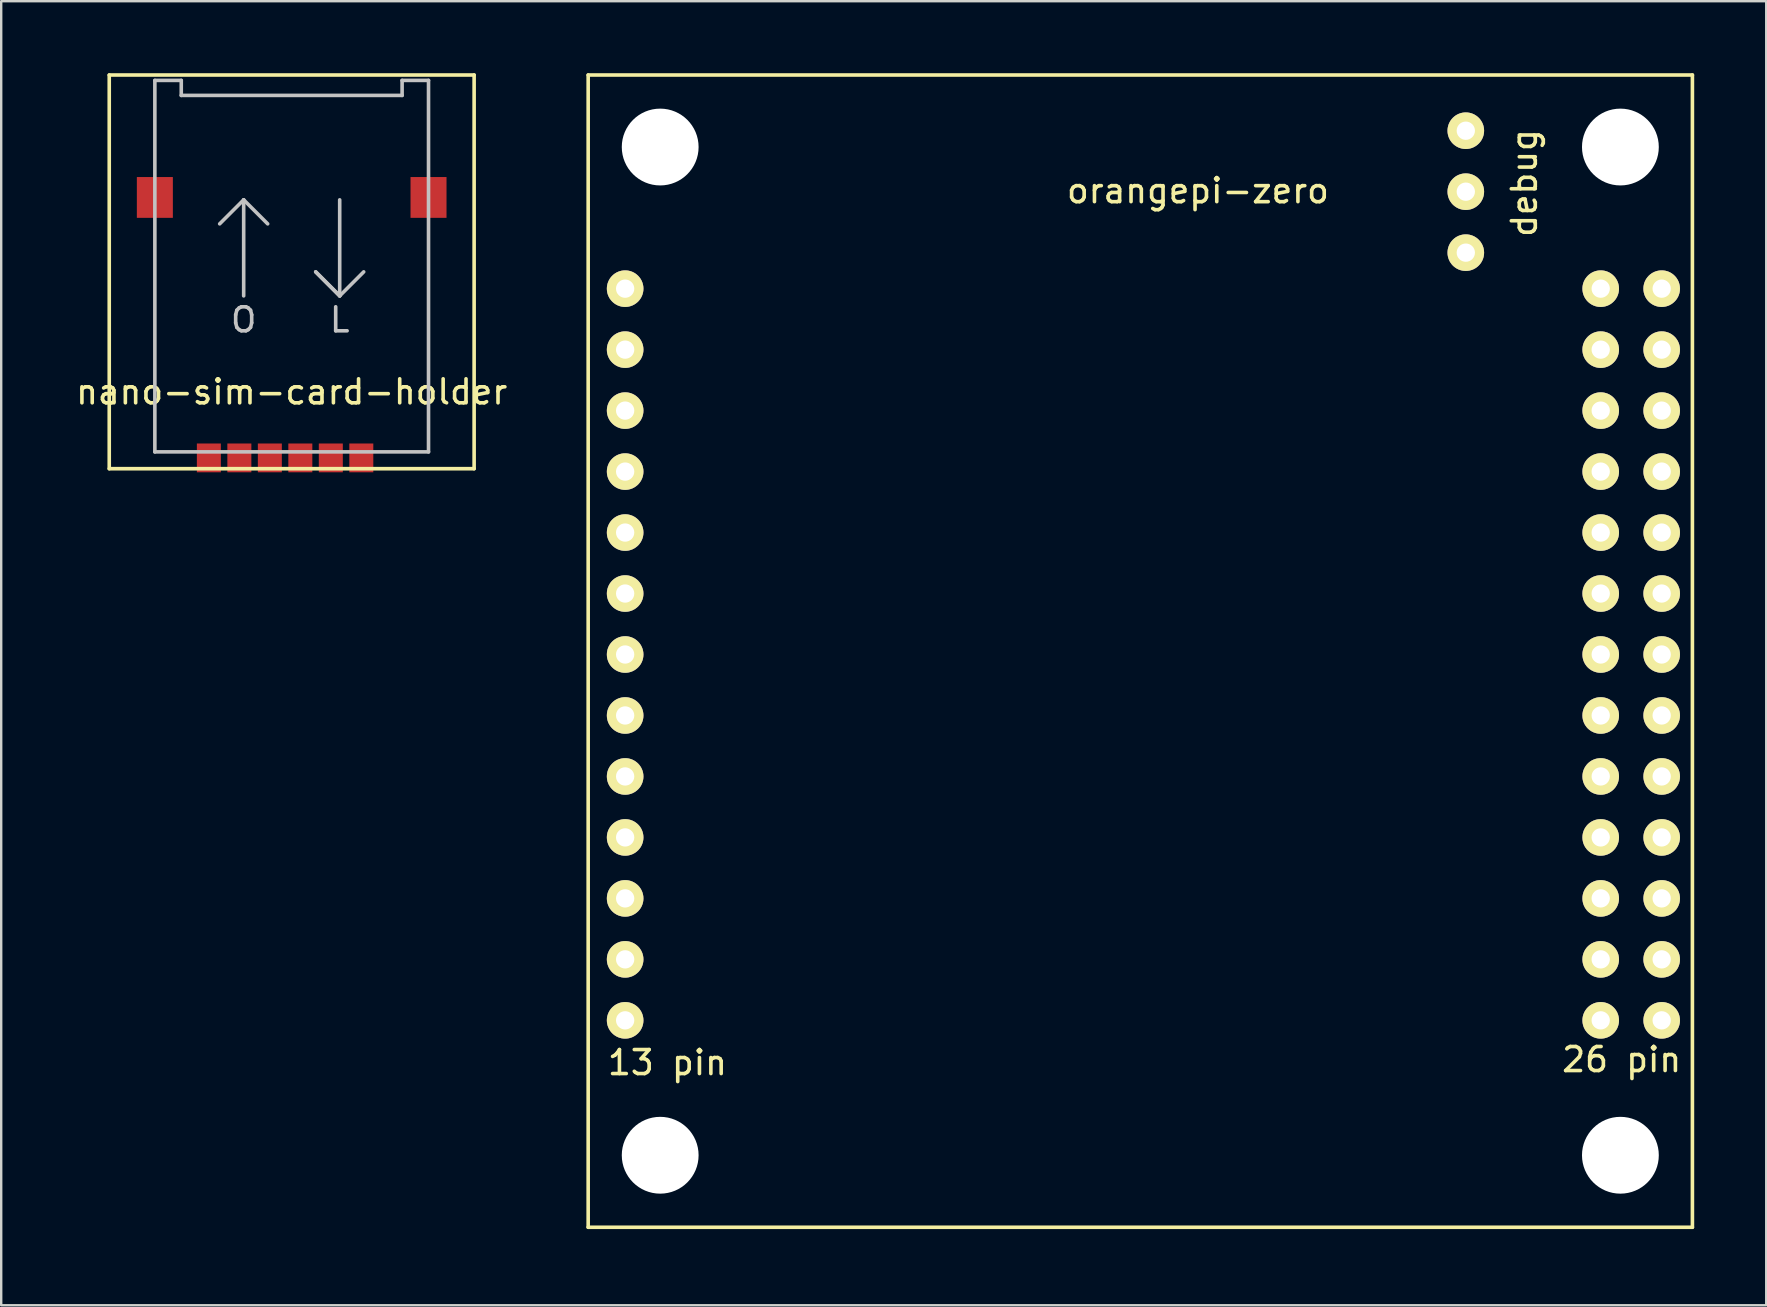
<source format=kicad_pcb>
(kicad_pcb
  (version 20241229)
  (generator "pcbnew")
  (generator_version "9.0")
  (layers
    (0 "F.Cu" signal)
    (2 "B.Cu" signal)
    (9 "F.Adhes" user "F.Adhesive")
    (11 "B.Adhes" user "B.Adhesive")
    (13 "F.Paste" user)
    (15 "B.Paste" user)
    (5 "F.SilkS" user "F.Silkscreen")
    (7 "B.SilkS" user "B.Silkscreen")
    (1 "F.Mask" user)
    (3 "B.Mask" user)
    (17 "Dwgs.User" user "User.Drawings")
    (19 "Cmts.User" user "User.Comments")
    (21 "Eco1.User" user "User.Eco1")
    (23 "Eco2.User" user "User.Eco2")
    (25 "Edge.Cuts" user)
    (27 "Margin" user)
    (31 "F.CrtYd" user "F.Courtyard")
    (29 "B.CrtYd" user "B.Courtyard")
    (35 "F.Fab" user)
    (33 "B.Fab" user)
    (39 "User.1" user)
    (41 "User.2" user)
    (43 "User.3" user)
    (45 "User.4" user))
  (footprint "orangepi-zero"
    (layer "F.Cu")
    (at 21.452 48.075)
    (property "Reference" "orangepi-zero" (at 25.4 -43.18 0) (layer "F.SilkS") (effects (font (size 1 1) (thickness 0.15))))
    (attr through_hole)
    (fp_circle (center 3 -45) (end 4.578 -45) (stroke (width 2) (type solid)) (fill no) (layer "F.Mask"))
    (fp_circle (center 3 -3) (end 4.578 -3) (stroke (width 2) (type solid)) (fill no) (layer "F.Mask"))
    (fp_circle (center 43 -45) (end 44.578 -45) (stroke (width 2) (type solid)) (fill no) (layer "F.Mask"))
    (fp_circle (center 43 -3) (end 44.578 -3) (stroke (width 2) (type solid)) (fill no) (layer "F.Mask"))
    (fp_circle (center 3 -45) (end 4.578 -45) (stroke (width 2) (type solid)) (fill no) (layer "B.Mask"))
    (fp_circle (center 3 -3) (end 4.578 -3) (stroke (width 2) (type solid)) (fill no) (layer "B.Mask"))
    (fp_circle (center 43 -45) (end 44.578 -45) (stroke (width 2) (type solid)) (fill no) (layer "B.Mask"))
    (fp_circle (center 43 -3) (end 44.577 -3) (stroke (width 2) (type solid)) (fill no) (layer "B.Mask"))
    (fp_line (start 0 -48) (end 46 -48) (stroke (width 0.15) (type solid)) (layer "F.SilkS"))
    (fp_line (start 0 0) (end 0 -48) (stroke (width 0.15) (type solid)) (layer "F.SilkS"))
    (fp_line (start 46 -48) (end 46 0) (stroke (width 0.15) (type solid)) (layer "F.SilkS"))
    (fp_line (start 46 0) (end 0 0) (stroke (width 0.15) (type solid)) (layer "F.SilkS"))
    (fp_text user "13 pin" (at 3.302 -6.858 0) (layer "F.SilkS") (effects (font (size 1 1) (thickness 0.15))))
    (fp_text user "26 pin" (at 43.053 -6.985 180) (layer "F.SilkS") (effects (font (size 1 1) (thickness 0.15))))
    (fp_text user "debug" (at 39 -43.5 90) (layer "F.SilkS") (effects (font (size 1 1) (thickness 0.15))))
    (pad "" np_thru_hole circle (at 3 -45) (size 3.2 3.2) (drill 3.2) (layers "*.Cu" "*.Mask"))
    (pad "" np_thru_hole circle (at 3 -3) (size 3.2 3.2) (drill 3.2) (layers "*.Cu" "*.Mask"))
    (pad "" np_thru_hole circle (at 43 -45) (size 3.2 3.2) (drill 3.2) (layers "*.Cu" "*.Mask"))
    (pad "" np_thru_hole circle (at 43 -3) (size 3.2 3.2) (drill 3.2) (layers "*.Cu" "*.Mask"))
    (pad "1" thru_hole circle (at 1.54 -39.1) (size 1.524 1.524) (drill 0.762) (layers "*.Cu" "*.Mask" "F.SilkS"))
    (pad "2" thru_hole circle (at 1.54 -36.56) (size 1.524 1.524) (drill 0.762) (layers "*.Cu" "*.Mask" "F.SilkS"))
    (pad "3" thru_hole circle (at 1.54 -34.02) (size 1.524 1.524) (drill 0.762) (layers "*.Cu" "*.Mask" "F.SilkS"))
    (pad "4" thru_hole circle (at 1.54 -31.48) (size 1.524 1.524) (drill 0.762) (layers "*.Cu" "*.Mask" "F.SilkS"))
    (pad "5" thru_hole circle (at 1.54 -28.94) (size 1.524 1.524) (drill 0.762) (layers "*.Cu" "*.Mask" "F.SilkS"))
    (pad "6" thru_hole circle (at 1.54 -26.4) (size 1.524 1.524) (drill 0.762) (layers "*.Cu" "*.Mask" "F.SilkS"))
    (pad "7" thru_hole circle (at 1.54 -23.86) (size 1.524 1.524) (drill 0.762) (layers "*.Cu" "*.Mask" "F.SilkS"))
    (pad "8" thru_hole circle (at 1.54 -21.32) (size 1.524 1.524) (drill 0.762) (layers "*.Cu" "*.Mask" "F.SilkS"))
    (pad "9" thru_hole circle (at 1.54 -18.78) (size 1.524 1.524) (drill 0.762) (layers "*.Cu" "*.Mask" "F.SilkS"))
    (pad "10" thru_hole circle (at 1.54 -16.24) (size 1.524 1.524) (drill 0.762) (layers "*.Cu" "*.Mask" "F.SilkS"))
    (pad "11" thru_hole circle (at 1.54 -13.7) (size 1.524 1.524) (drill 0.762) (layers "*.Cu" "*.Mask" "F.SilkS"))
    (pad "12" thru_hole circle (at 1.54 -11.16) (size 1.524 1.524) (drill 0.762) (layers "*.Cu" "*.Mask" "F.SilkS"))
    (pad "13" thru_hole circle (at 1.54 -8.62) (size 1.524 1.524) (drill 0.762) (layers "*.Cu" "*.Mask" "F.SilkS"))
    (pad "101" thru_hole circle (at 44.72 -8.62) (size 1.524 1.524) (drill 0.762) (layers "*.Cu" "*.Mask" "F.SilkS"))
    (pad "102" thru_hole circle (at 42.18 -8.62) (size 1.524 1.524) (drill 0.762) (layers "*.Cu" "*.Mask" "F.SilkS"))
    (pad "103" thru_hole circle (at 44.72 -11.16) (size 1.524 1.524) (drill 0.762) (layers "*.Cu" "*.Mask" "F.SilkS"))
    (pad "104" thru_hole circle (at 42.18 -11.16) (size 1.524 1.524) (drill 0.762) (layers "*.Cu" "*.Mask" "F.SilkS"))
    (pad "105" thru_hole circle (at 44.72 -13.7) (size 1.524 1.524) (drill 0.762) (layers "*.Cu" "*.Mask" "F.SilkS"))
    (pad "106" thru_hole circle (at 42.18 -13.7) (size 1.524 1.524) (drill 0.762) (layers "*.Cu" "*.Mask" "F.SilkS"))
    (pad "107" thru_hole circle (at 44.72 -16.24) (size 1.524 1.524) (drill 0.762) (layers "*.Cu" "*.Mask" "F.SilkS"))
    (pad "108" thru_hole circle (at 42.18 -16.24) (size 1.524 1.524) (drill 0.762) (layers "*.Cu" "*.Mask" "F.SilkS"))
    (pad "109" thru_hole circle (at 44.72 -18.78) (size 1.524 1.524) (drill 0.762) (layers "*.Cu" "*.Mask" "F.SilkS"))
    (pad "110" thru_hole circle (at 42.18 -18.78) (size 1.524 1.524) (drill 0.762) (layers "*.Cu" "*.Mask" "F.SilkS"))
    (pad "111" thru_hole circle (at 44.72 -21.32) (size 1.524 1.524) (drill 0.762) (layers "*.Cu" "*.Mask" "F.SilkS"))
    (pad "112" thru_hole circle (at 42.18 -21.32) (size 1.524 1.524) (drill 0.762) (layers "*.Cu" "*.Mask" "F.SilkS"))
    (pad "113" thru_hole circle (at 44.72 -23.86) (size 1.524 1.524) (drill 0.762) (layers "*.Cu" "*.Mask" "F.SilkS"))
    (pad "114" thru_hole circle (at 42.18 -23.86) (size 1.524 1.524) (drill 0.762) (layers "*.Cu" "*.Mask" "F.SilkS"))
    (pad "115" thru_hole circle (at 44.72 -26.4) (size 1.524 1.524) (drill 0.762) (layers "*.Cu" "*.Mask" "F.SilkS"))
    (pad "116" thru_hole circle (at 42.18 -26.4) (size 1.524 1.524) (drill 0.762) (layers "*.Cu" "*.Mask" "F.SilkS"))
    (pad "117" thru_hole circle (at 44.72 -28.94) (size 1.524 1.524) (drill 0.762) (layers "*.Cu" "*.Mask" "F.SilkS"))
    (pad "118" thru_hole circle (at 42.18 -28.94) (size 1.524 1.524) (drill 0.762) (layers "*.Cu" "*.Mask" "F.SilkS"))
    (pad "119" thru_hole circle (at 44.72 -31.48) (size 1.524 1.524) (drill 0.762) (layers "*.Cu" "*.Mask" "F.SilkS"))
    (pad "120" thru_hole circle (at 42.18 -31.48) (size 1.524 1.524) (drill 0.762) (layers "*.Cu" "*.Mask" "F.SilkS"))
    (pad "121" thru_hole circle (at 44.72 -34.02) (size 1.524 1.524) (drill 0.762) (layers "*.Cu" "*.Mask" "F.SilkS"))
    (pad "122" thru_hole circle (at 42.18 -34.02) (size 1.524 1.524) (drill 0.762) (layers "*.Cu" "*.Mask" "F.SilkS"))
    (pad "123" thru_hole circle (at 44.72 -36.56) (size 1.524 1.524) (drill 0.762) (layers "*.Cu" "*.Mask" "F.SilkS"))
    (pad "124" thru_hole circle (at 42.18 -36.56) (size 1.524 1.524) (drill 0.762) (layers "*.Cu" "*.Mask" "F.SilkS"))
    (pad "125" thru_hole circle (at 44.72 -39.1) (size 1.524 1.524) (drill 0.762) (layers "*.Cu" "*.Mask" "F.SilkS"))
    (pad "126" thru_hole circle (at 42.18 -39.1) (size 1.524 1.524) (drill 0.762) (layers "*.Cu" "*.Mask" "F.SilkS"))
    (pad "201" thru_hole circle (at 36.56 -45.68) (size 1.524 1.524) (drill 0.762) (layers "*.Cu" "*.Mask" "F.SilkS"))
    (pad "202" thru_hole circle (at 36.56 -43.14) (size 1.524 1.524) (drill 0.762) (layers "*.Cu" "*.Mask" "F.SilkS"))
    (pad "203" thru_hole circle (at 36.56 -40.6) (size 1.524 1.524) (drill 0.762) (layers "*.Cu" "*.Mask" "F.SilkS")))
  (footprint "nano-sim-card-holder"
    (layer "F.Cu")
    (at 9.101 8.275)
    (property "Reference" "nano-sim-card-holder" (at 0 5 0) (layer "F.SilkS") (effects (font (size 1 1) (thickness 0.15))))
    (attr through_hole)
    (fp_line (start -7.6 -8.2) (end -7.6 8.2) (stroke (width 0.15) (type solid)) (layer "F.SilkS"))
    (fp_line (start -7.6 -8.2) (end 7.6 -8.2) (stroke (width 0.15) (type solid)) (layer "F.SilkS"))
    (fp_line (start -7.6 8.2) (end 7.6 8.2) (stroke (width 0.15) (type solid)) (layer "F.SilkS"))
    (fp_line (start 7.6 -8.2) (end 7.6 8.2) (stroke (width 0.15) (type solid)) (layer "F.SilkS"))
    (fp_line (start -5.7 -7.975) (end -5.7 7.5) (stroke (width 0.15) (type solid)) (layer "Dwgs.User"))
    (fp_line (start -5.7 7.5) (end 5.7 7.5) (stroke (width 0.15) (type solid)) (layer "Dwgs.User"))
    (fp_line (start -4.6 -7.975) (end -5.7 -7.975) (stroke (width 0.15) (type solid)) (layer "Dwgs.User"))
    (fp_line (start -4.6 -7.35) (end -4.6 -7.975) (stroke (width 0.15) (type solid)) (layer "Dwgs.User"))
    (fp_line (start -4.6 -7.35) (end 4.6 -7.35) (stroke (width 0.15) (type solid)) (layer "Dwgs.User"))
    (fp_line (start -2 -3) (end -3 -2) (stroke (width 0.15) (type solid)) (layer "Dwgs.User"))
    (fp_line (start -2 -3) (end -1 -2) (stroke (width 0.15) (type solid)) (layer "Dwgs.User"))
    (fp_line (start -2 1) (end -2 -3) (stroke (width 0.15) (type solid)) (layer "Dwgs.User"))
    (fp_line (start 1 0) (end 2 1) (stroke (width 0.15) (type solid)) (layer "Dwgs.User"))
    (fp_line (start 2 -3) (end 2 1) (stroke (width 0.15) (type solid)) (layer "Dwgs.User"))
    (fp_line (start 2 1) (end 1 0) (stroke (width 0.15) (type solid)) (layer "Dwgs.User"))
    (fp_line (start 2 1) (end 3 0) (stroke (width 0.15) (type solid)) (layer "Dwgs.User"))
    (fp_line (start 4.6 -7.975) (end 5.7 -7.975) (stroke (width 0.15) (type solid)) (layer "Dwgs.User"))
    (fp_line (start 4.6 -7.35) (end 4.6 -7.975) (stroke (width 0.15) (type solid)) (layer "Dwgs.User"))
    (fp_line (start 5.7 -7.975) (end 5.7 7.5) (stroke (width 0.15) (type solid)) (layer "Dwgs.User"))
    (fp_text user "L" (at 2 2 0) (layer "Dwgs.User") (effects (font (size 1 1) (thickness 0.15))))
    (fp_text user "O" (at -2 2 0) (layer "Dwgs.User") (effects (font (size 1 1) (thickness 0.15))))
    (pad "1" smd trapezoid (at -2.18 7.75) (size 1 1.2) (layers "F.Cu" "F.Mask" "F.Paste"))
    (pad "2" smd trapezoid (at -3.45 7.75) (size 1 1.2) (layers "F.Cu" "F.Mask" "F.Paste"))
    (pad "3" smd trapezoid (at 0.36 7.75) (size 1 1.2) (layers "F.Cu" "F.Mask" "F.Paste"))
    (pad "4" smd trapezoid (at -0.91 7.75) (size 1 1.2) (layers "F.Cu" "F.Mask" "F.Paste"))
    (pad "5" smd trapezoid (at 2.9 7.75) (size 1 1.2) (layers "F.Cu" "F.Mask" "F.Paste"))
    (pad "6" smd trapezoid (at 1.63 7.75) (size 1 1.2) (layers "F.Cu" "F.Mask" "F.Paste"))
    (pad "7" smd trapezoid (at -5.7 -3.1) (size 1.5 1.7) (layers "F.Cu" "F.Mask" "F.Paste"))
    (pad "7" smd trapezoid (at 5.7 -3.1) (size 1.5 1.7) (layers "F.Cu" "F.Mask" "F.Paste")))
  (gr_rect
    (start -3 -3)
    (end 70.527 51.325)
    (stroke (width 0.1) (type default))
    (fill no)
    (layer "Edge.Cuts")))
</source>
